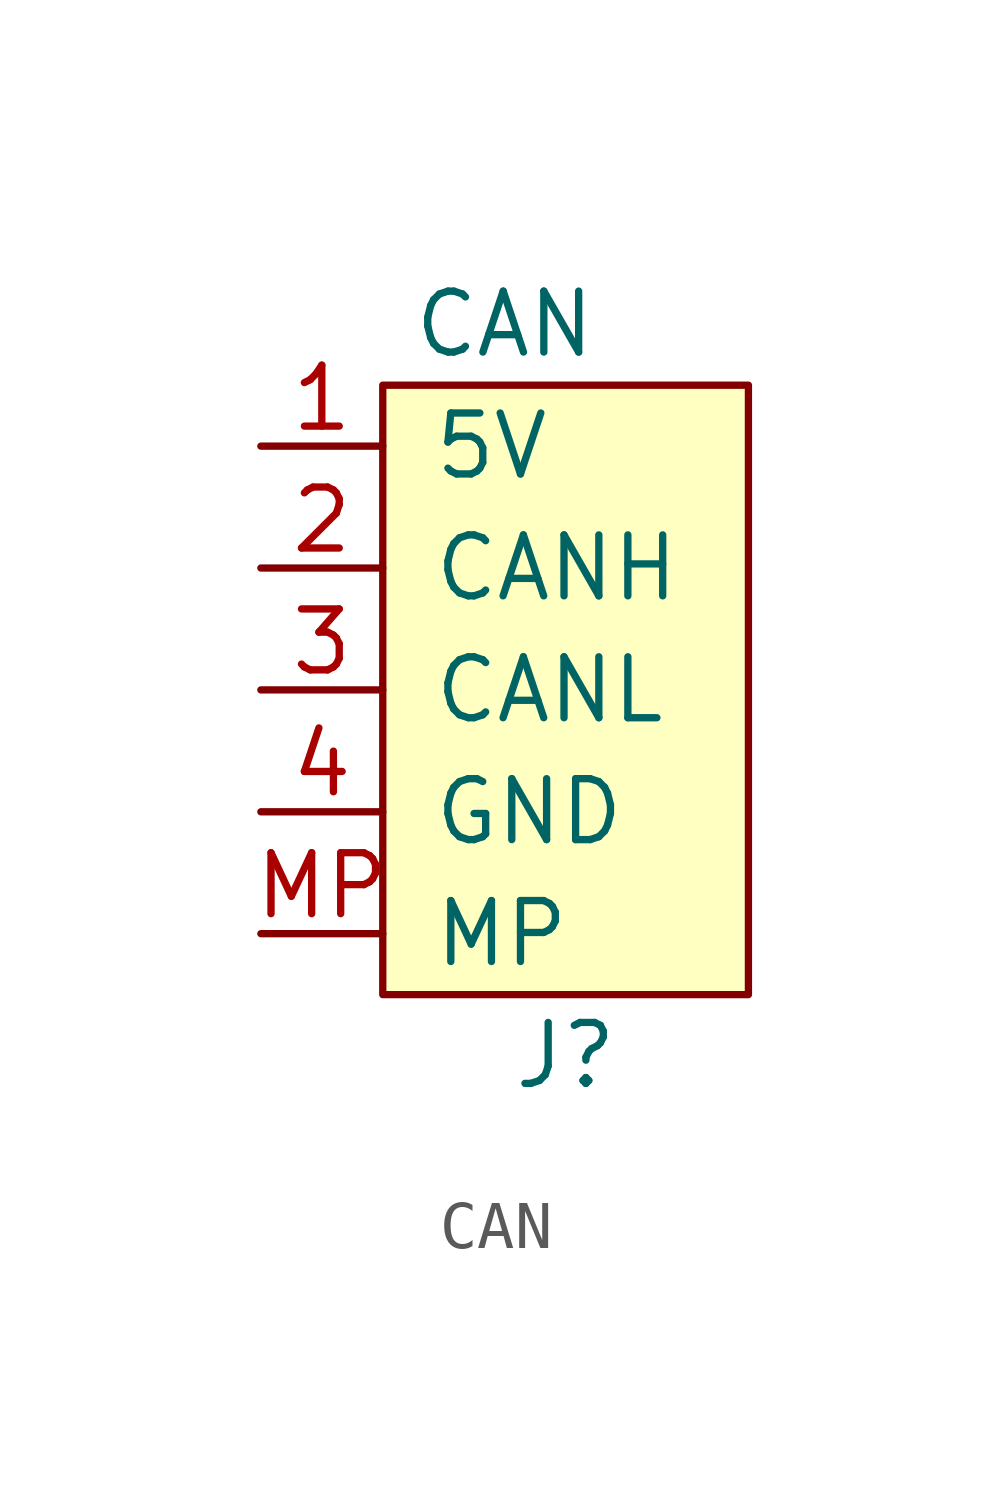
<source format=kicad_sym>
(kicad_symbol_lib
  (version 20211014)
  (generator kicad_symbol_editor)
  (symbol "CAN"
    (pin_names
      (offset 1.016))
    (property "Reference" "J"
      (at 3.81 -11.43 0)
      (effects (font (size 1.27 1.27))))
    (property "Value" "CAN"
      (at 2.54 3.81 0)
      (effects (font (size 1.27 1.27))))
    (symbol "CAN_0_1"
      (rectangle (start 0 2.54) (end 7.62 -10.16) (stroke (width 0) (type default) (color 0 0 0 0)) (fill (type background))))
    (symbol "CAN_1_1"
      (pin power_in line (at -2.54 1.27 0) (length 2.54) (name "5V" (effects (font (size 1.27 1.27)))) (number "1" (effects (font (size 1.27 1.27)))))
      (pin input line (at -2.54 -1.27 0) (length 2.54) (name "CANH" (effects (font (size 1.27 1.27)))) (number "2" (effects (font (size 1.27 1.27)))))
      (pin input line (at -2.54 -3.81 0) (length 2.54) (name "CANL" (effects (font (size 1.27 1.27)))) (number "3" (effects (font (size 1.27 1.27)))))
      (pin input line (at -2.54 -6.35 0) (length 2.54) (name "GND" (effects (font (size 1.27 1.27)))) (number "4" (effects (font (size 1.27 1.27)))))
      (pin passive line (at -2.54 -8.89 0) (length 2.54) (name "MP" (effects (font (size 1.27 1.27)))) (number "MP" (effects (font (size 1.27 1.27))))))))
</source>
